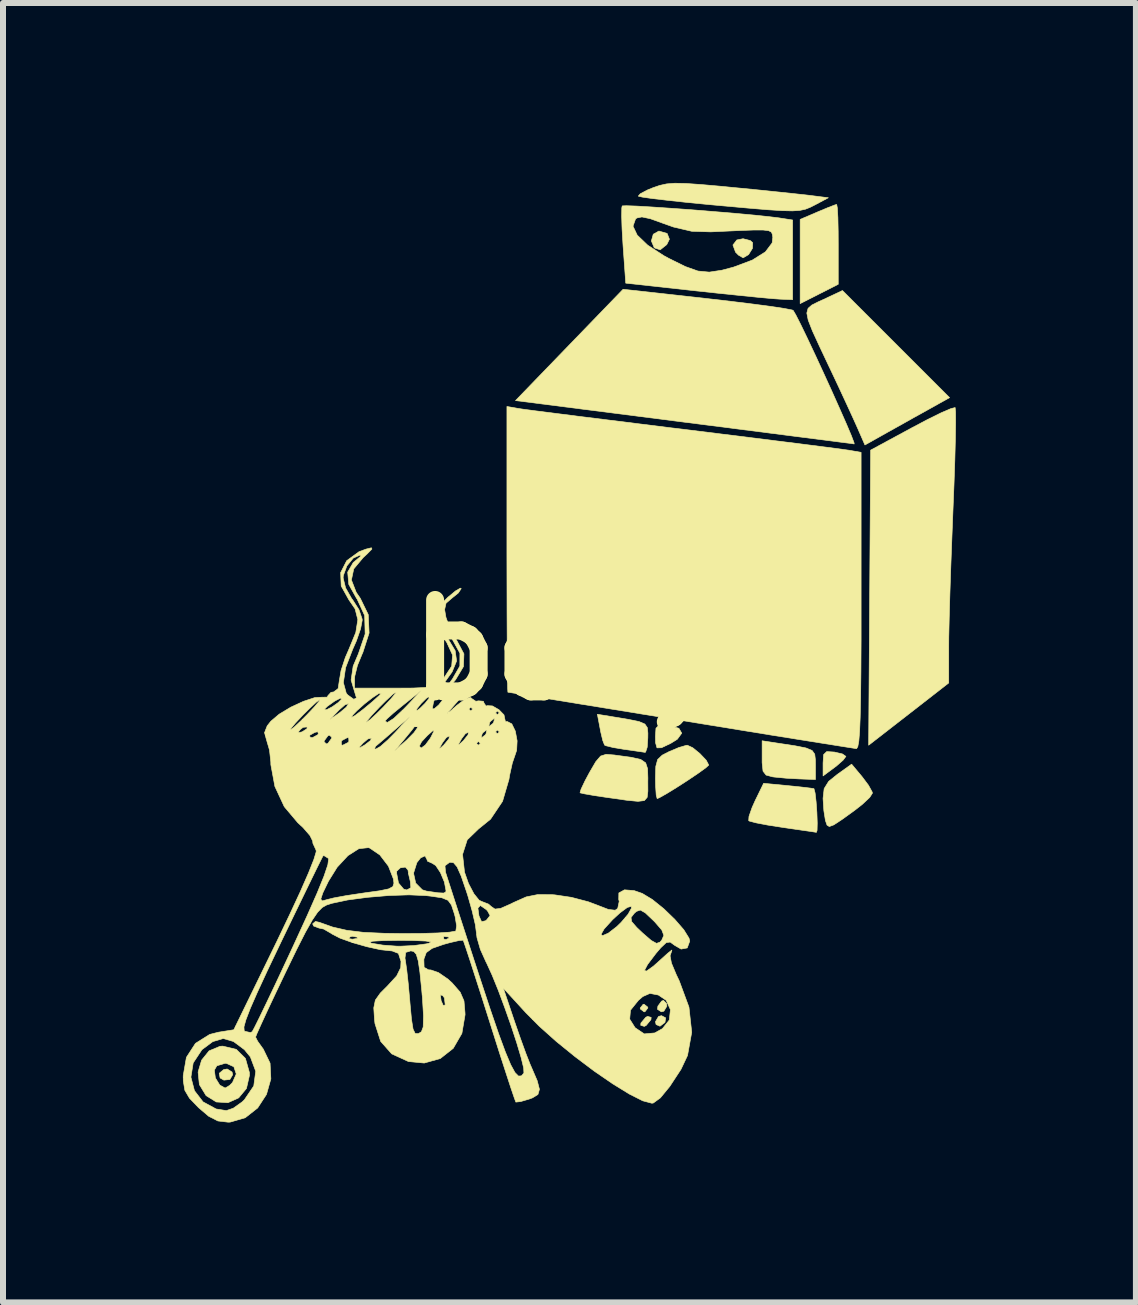
<source format=kicad_pcb>
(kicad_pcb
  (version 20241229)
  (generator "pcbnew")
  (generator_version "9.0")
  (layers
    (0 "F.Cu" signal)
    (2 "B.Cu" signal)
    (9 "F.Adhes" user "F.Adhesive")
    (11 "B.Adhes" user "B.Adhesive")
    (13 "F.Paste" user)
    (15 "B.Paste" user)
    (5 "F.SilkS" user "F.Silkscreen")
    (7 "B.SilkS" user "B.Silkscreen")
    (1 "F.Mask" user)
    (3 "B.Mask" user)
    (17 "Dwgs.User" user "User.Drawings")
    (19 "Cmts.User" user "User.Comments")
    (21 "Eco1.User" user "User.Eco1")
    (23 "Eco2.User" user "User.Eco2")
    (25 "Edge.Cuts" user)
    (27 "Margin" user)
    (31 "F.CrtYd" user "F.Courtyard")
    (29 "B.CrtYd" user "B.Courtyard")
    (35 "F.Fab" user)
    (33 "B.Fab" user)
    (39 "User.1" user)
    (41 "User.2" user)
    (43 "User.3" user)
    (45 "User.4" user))
  (footprint "boxy"
    (layer "F.Cu")
    (at 6.418 7.788)
    (property "Reference" "boxy" (at 0 0 0) (layer "F.SilkS") (effects (font (size 1.524 1.524) (thickness 0.3))))
    (attr through_hole)
    (fp_poly (pts (xy -2.095 0.794) (xy -2.127 0.826) (xy -2.159 0.794) (xy -2.127 0.762) (xy -2.095 0.794)) (stroke (width 0.01) (type solid)) (fill yes) (layer "F.SilkS"))
    (fp_poly (pts (xy 1.631 6.133) (xy 1.619 6.209) (xy 1.536 6.272) (xy 1.471 6.244) (xy 1.46 6.197) (xy 1.512 6.109) (xy 1.561 6.096) (xy 1.631 6.133)) (stroke (width 0.01) (type solid)) (fill yes) (layer "F.SilkS"))
    (fp_poly (pts (xy -5.599 7.036) (xy -5.588 7.08) (xy -5.635 7.16) (xy -5.735 7.171) (xy -5.798 7.135) (xy -5.813 7.057) (xy -5.74 6.996) (xy -5.68 6.985) (xy -5.599 7.036)) (stroke (width 0.01) (type solid)) (fill yes) (layer "F.SilkS"))
    (fp_poly (pts (xy 1.332 5.954) (xy 1.333 5.969) (xy 1.285 6.031) (xy 1.27 6.032) (xy 1.208 5.984) (xy 1.206 5.969) (xy 1.255 5.907) (xy 1.27 5.905) (xy 1.332 5.954)) (stroke (width 0.01) (type solid)) (fill yes) (layer "F.SilkS"))
    (fp_poly (pts (xy 1.389 6.125) (xy 1.385 6.163) (xy 1.305 6.26) (xy 1.274 6.275) (xy 1.215 6.257) (xy 1.218 6.219) (xy 1.299 6.123) (xy 1.33 6.108) (xy 1.389 6.125)) (stroke (width 0.01) (type solid)) (fill yes) (layer "F.SilkS"))
    (fp_poly (pts (xy 1.645 5.894) (xy 1.651 5.937) (xy 1.601 6.021) (xy 1.558 6.032) (xy 1.494 5.99) (xy 1.501 5.937) (xy 1.563 5.853) (xy 1.594 5.842) (xy 1.645 5.894)) (stroke (width 0.01) (type solid)) (fill yes) (layer "F.SilkS"))
    (fp_poly (pts (xy 1.655 -6.946) (xy 1.693 -6.85) (xy 1.649 -6.76) (xy 1.54 -6.673) (xy 1.445 -6.704) (xy 1.439 -6.71) (xy 1.392 -6.821) (xy 1.424 -6.933) (xy 1.517 -6.985) (xy 1.52 -6.985) (xy 1.655 -6.946)) (stroke (width 0.01) (type solid)) (fill yes) (layer "F.SilkS"))
    (fp_poly (pts (xy 3.042 -6.827) (xy 3.081 -6.792) (xy 3.078 -6.698) (xy 3.013 -6.593) (xy 2.925 -6.541) (xy 2.921 -6.54) (xy 2.845 -6.584) (xy 2.796 -6.633) (xy 2.752 -6.753) (xy 2.817 -6.837) (xy 2.921 -6.858) (xy 3.042 -6.827)) (stroke (width 0.01) (type solid)) (fill yes) (layer "F.SilkS"))
    (fp_poly (pts (xy 4.445 1.701) (xy 4.579 1.733) (xy 4.635 1.773) (xy 4.636 1.773) (xy 4.589 1.836) (xy 4.475 1.936) (xy 4.445 1.958) (xy 4.255 2.099) (xy 4.255 1.886) (xy 4.264 1.743) (xy 4.316 1.693) (xy 4.445 1.701)) (stroke (width 0.01) (type solid)) (fill yes) (layer "F.SilkS"))
    (fp_poly (pts (xy 1.655 1.255) (xy 1.683 1.258) (xy 1.851 1.305) (xy 1.899 1.386) (xy 1.825 1.487) (xy 1.718 1.554) (xy 1.561 1.629) (xy 1.486 1.631) (xy 1.462 1.546) (xy 1.46 1.442) (xy 1.469 1.303) (xy 1.521 1.251) (xy 1.655 1.255)) (stroke (width 0.01) (type solid)) (fill yes) (layer "F.SilkS"))
    (fp_poly (pts (xy 4.493 -7.37) (xy 4.502 -7.211) (xy 4.507 -6.976) (xy 4.508 -6.764) (xy 4.508 -6.098) (xy 4.191 -5.937) (xy 3.873 -5.776) (xy 3.873 -7.18) (xy 4.165 -7.305) (xy 4.337 -7.377) (xy 4.454 -7.422) (xy 4.482 -7.429) (xy 4.493 -7.37)) (stroke (width 0.01) (type solid)) (fill yes) (layer "F.SilkS"))
    (fp_poly (pts (xy 3.508 1.554) (xy 3.791 1.597) (xy 3.971 1.633) (xy 4.072 1.675) (xy 4.116 1.736) (xy 4.127 1.83) (xy 4.128 1.91) (xy 4.128 2.159) (xy 3.858 2.149) (xy 3.64 2.137) (xy 3.444 2.118) (xy 3.413 2.114) (xy 3.305 2.085) (xy 3.254 2.02) (xy 3.239 1.878) (xy 3.239 1.8) (xy 3.239 1.513) (xy 3.508 1.554)) (stroke (width 0.01) (type solid)) (fill yes) (layer "F.SilkS"))
    (fp_poly (pts (xy 0.738 1.111) (xy 1.014 1.157) (xy 1.188 1.193) (xy 1.284 1.234) (xy 1.325 1.294) (xy 1.334 1.385) (xy 1.333 1.466) (xy 1.323 1.62) (xy 1.296 1.702) (xy 1.286 1.706) (xy 1.199 1.693) (xy 1.034 1.669) (xy 0.939 1.656) (xy 0.758 1.626) (xy 0.636 1.596) (xy 0.612 1.585) (xy 0.582 1.509) (xy 0.546 1.358) (xy 0.538 1.313) (xy 0.492 1.071) (xy 0.738 1.111)) (stroke (width 0.01) (type solid)) (fill yes) (layer "F.SilkS"))
    (fp_poly (pts (xy 4.904 2.11) (xy 5.012 2.254) (xy 5.073 2.365) (xy 5.078 2.386) (xy 5.032 2.458) (xy 4.909 2.573) (xy 4.783 2.672) (xy 4.568 2.827) (xy 4.434 2.915) (xy 4.359 2.943) (xy 4.321 2.919) (xy 4.297 2.85) (xy 4.294 2.841) (xy 4.268 2.678) (xy 4.255 2.479) (xy 4.255 2.471) (xy 4.273 2.311) (xy 4.348 2.19) (xy 4.493 2.073) (xy 4.731 1.903) (xy 4.904 2.11)) (stroke (width 0.01) (type solid)) (fill yes) (layer "F.SilkS"))
    (fp_poly (pts (xy 2.082 1.629) (xy 2.202 1.727) (xy 2.307 1.838) (xy 2.349 1.918) (xy 2.3 1.963) (xy 2.174 2.054) (xy 2.002 2.17) (xy 1.816 2.29) (xy 1.647 2.394) (xy 1.526 2.462) (xy 1.489 2.477) (xy 1.473 2.419) (xy 1.463 2.272) (xy 1.46 2.139) (xy 1.466 1.94) (xy 1.497 1.825) (xy 1.574 1.752) (xy 1.685 1.695) (xy 1.851 1.625) (xy 1.975 1.589) (xy 1.991 1.587) (xy 2.082 1.629)) (stroke (width 0.01) (type solid)) (fill yes) (layer "F.SilkS"))
    (fp_poly (pts (xy 6.364 -4.208) (xy 6.024 -4.018) (xy 5.77 -3.877) (xy 5.485 -3.717) (xy 5.318 -3.624) (xy 4.953 -3.419) (xy 4.833 -3.694) (xy 4.759 -3.859) (xy 4.646 -4.105) (xy 4.509 -4.4) (xy 4.363 -4.71) (xy 4.362 -4.711) (xy 4.195 -5.065) (xy 4.077 -5.322) (xy 4.007 -5.501) (xy 3.984 -5.619) (xy 4.005 -5.697) (xy 4.069 -5.753) (xy 4.175 -5.806) (xy 4.257 -5.843) (xy 4.578 -5.994) (xy 6.364 -4.208)) (stroke (width 0.01) (type solid)) (fill yes) (layer "F.SilkS"))
    (fp_poly (pts (xy 3.68 2.262) (xy 3.892 2.284) (xy 4.044 2.302) (xy 4.103 2.311) (xy 4.122 2.383) (xy 4.139 2.531) (xy 4.152 2.712) (xy 4.158 2.885) (xy 4.155 3.007) (xy 4.144 3.04) (xy 4.063 3.027) (xy 3.888 3.002) (xy 3.654 2.968) (xy 3.573 2.956) (xy 3.329 2.918) (xy 3.136 2.881) (xy 3.027 2.852) (xy 3.015 2.845) (xy 3.02 2.773) (xy 3.071 2.627) (xy 3.121 2.515) (xy 3.264 2.222) (xy 3.68 2.262)) (stroke (width 0.01) (type solid)) (fill yes) (layer "F.SilkS"))
    (fp_poly (pts (xy 6.457 -4.042) (xy 6.464 -3.971) (xy 6.465 -3.791) (xy 6.461 -3.518) (xy 6.452 -3.169) (xy 6.438 -2.761) (xy 6.421 -2.336) (xy 6.402 -1.849) (xy 6.384 -1.367) (xy 6.369 -0.917) (xy 6.358 -0.525) (xy 6.351 -0.215) (xy 6.35 -0.059) (xy 6.35 0.549) (xy 5.683 1.068) (xy 5.015 1.587) (xy 5.032 -0.873) (xy 5.048 -3.333) (xy 5.735 -3.705) (xy 6 -3.845) (xy 6.223 -3.955) (xy 6.383 -4.024) (xy 6.456 -4.043) (xy 6.457 -4.042)) (stroke (width 0.01) (type solid)) (fill yes) (layer "F.SilkS"))
    (fp_poly (pts (xy 0.776 1.75) (xy 0.794 1.753) (xy 1.054 1.788) (xy 1.214 1.824) (xy 1.297 1.881) (xy 1.329 1.978) (xy 1.334 2.136) (xy 1.333 2.192) (xy 1.334 2.353) (xy 1.322 2.457) (xy 1.275 2.51) (xy 1.169 2.523) (xy 0.984 2.505) (xy 0.697 2.464) (xy 0.667 2.46) (xy 0.445 2.427) (xy 0.279 2.398) (xy 0.204 2.381) (xy 0.203 2.38) (xy 0.22 2.32) (xy 0.285 2.183) (xy 0.361 2.041) (xy 0.466 1.861) (xy 0.546 1.768) (xy 0.637 1.739) (xy 0.776 1.75)) (stroke (width 0.01) (type solid)) (fill yes) (layer "F.SilkS"))
    (fp_poly (pts (xy -5.528 6.658) (xy -5.376 6.809) (xy -5.31 7.043) (xy -5.309 7.092) (xy -5.359 7.31) (xy -5.489 7.467) (xy -5.667 7.547) (xy -5.862 7.535) (xy -6.032 7.429) (xy -6.144 7.245) (xy -6.165 7.037) (xy -6.156 7.004) (xy -5.894 7.004) (xy -5.877 7.134) (xy -5.804 7.253) (xy -5.715 7.303) (xy -5.639 7.259) (xy -5.591 7.21) (xy -5.529 7.068) (xy -5.569 6.948) (xy -5.694 6.891) (xy -5.715 6.89) (xy -5.853 6.932) (xy -5.894 7.004) (xy -6.156 7.004) (xy -6.107 6.838) (xy -5.982 6.683) (xy -5.8 6.607) (xy -5.753 6.604) (xy -5.528 6.658)) (stroke (width 0.01) (type solid)) (fill yes) (layer "F.SilkS"))
    (fp_poly (pts (xy 2.318 -5.86) (xy 2.726 -5.813) (xy 3.09 -5.768) (xy 3.393 -5.728) (xy 3.615 -5.694) (xy 3.738 -5.67) (xy 3.756 -5.663) (xy 3.8 -5.589) (xy 3.883 -5.426) (xy 3.994 -5.196) (xy 4.125 -4.918) (xy 4.265 -4.615) (xy 4.405 -4.308) (xy 4.535 -4.017) (xy 4.646 -3.765) (xy 4.728 -3.571) (xy 4.771 -3.457) (xy 4.774 -3.436) (xy 4.704 -3.446) (xy 4.521 -3.469) (xy 4.237 -3.506) (xy 3.867 -3.553) (xy 3.422 -3.61) (xy 2.916 -3.675) (xy 2.361 -3.746) (xy 1.929 -3.801) (xy -0.873 -4.159) (xy 0.024 -5.087) (xy 0.921 -6.015) (xy 2.318 -5.86)) (stroke (width 0.01) (type solid)) (fill yes) (layer "F.SilkS"))
    (fp_poly (pts (xy 1.97 -7.779) (xy 2.226 -7.761) (xy 2.577 -7.73) (xy 2.706 -7.717) (xy 3.079 -7.681) (xy 3.432 -7.645) (xy 3.736 -7.613) (xy 3.96 -7.589) (xy 4.029 -7.581) (xy 4.343 -7.541) (xy 4.124 -7.424) (xy 4.041 -7.382) (xy 3.961 -7.35) (xy 3.868 -7.33) (xy 3.744 -7.322) (xy 3.572 -7.326) (xy 3.333 -7.341) (xy 3.01 -7.368) (xy 2.586 -7.406) (xy 2.366 -7.426) (xy 1.996 -7.462) (xy 1.672 -7.497) (xy 1.413 -7.527) (xy 1.24 -7.552) (xy 1.174 -7.568) (xy 1.207 -7.607) (xy 1.328 -7.671) (xy 1.419 -7.708) (xy 1.533 -7.747) (xy 1.647 -7.772) (xy 1.785 -7.783) (xy 1.97 -7.779)) (stroke (width 0.01) (type solid)) (fill yes) (layer "F.SilkS"))
    (fp_poly (pts (xy -0.841 -4.03) (xy -0.742 -4.015) (xy -0.53 -3.987) (xy -0.222 -3.948) (xy 0.17 -3.898) (xy 0.629 -3.841) (xy 1.143 -3.777) (xy 1.696 -3.708) (xy 1.905 -3.683) (xy 2.47 -3.613) (xy 3.003 -3.547) (xy 3.488 -3.486) (xy 3.911 -3.433) (xy 4.256 -3.389) (xy 4.511 -3.356) (xy 4.659 -3.335) (xy 4.683 -3.332) (xy 4.889 -3.296) (xy 4.889 -0.823) (xy 4.889 -0.171) (xy 4.886 0.363) (xy 4.881 0.79) (xy 4.874 1.118) (xy 4.864 1.358) (xy 4.851 1.519) (xy 4.834 1.611) (xy 4.814 1.643) (xy 4.81 1.644) (xy 4.733 1.632) (xy 4.543 1.602) (xy 4.254 1.556) (xy 3.878 1.496) (xy 3.428 1.424) (xy 2.918 1.341) (xy 2.359 1.25) (xy 1.873 1.171) (xy 1.288 1.076) (xy 0.742 0.987) (xy 0.248 0.907) (xy -0.181 0.837) (xy -0.533 0.779) (xy -0.795 0.736) (xy -0.954 0.71) (xy -1 0.703) (xy -1.004 0.64) (xy -1.007 0.465) (xy -1.01 0.191) (xy -1.012 -0.169) (xy -1.014 -0.6) (xy -1.015 -1.088) (xy -1.016 -1.62) (xy -1.016 -1.681) (xy -1.016 -4.061) (xy -0.841 -4.03)) (stroke (width 0.01) (type solid)) (fill yes) (layer "F.SilkS"))
    (fp_poly (pts (xy 1.147 -7.402) (xy 1.4 -7.387) (xy 1.712 -7.366) (xy 2.058 -7.341) (xy 2.417 -7.312) (xy 2.766 -7.283) (xy 3.082 -7.254) (xy 3.342 -7.227) (xy 3.524 -7.205) (xy 3.54 -7.202) (xy 3.747 -7.17) (xy 3.747 -5.842) (xy 3.54 -5.85) (xy 3.412 -5.859) (xy 3.182 -5.88) (xy 2.875 -5.911) (xy 2.514 -5.948) (xy 2.149 -5.987) (xy 0.965 -6.117) (xy 0.92 -6.745) (xy 0.904 -7.014) (xy 0.902 -7.067) (xy 1.086 -7.067) (xy 1.156 -6.918) (xy 1.33 -6.751) (xy 1.6 -6.575) (xy 1.683 -6.53) (xy 1.958 -6.394) (xy 2.169 -6.319) (xy 2.358 -6.301) (xy 2.569 -6.333) (xy 2.764 -6.385) (xy 3.076 -6.502) (xy 3.294 -6.639) (xy 3.406 -6.788) (xy 3.417 -6.881) (xy 3.409 -6.933) (xy 3.392 -6.969) (xy 3.347 -6.992) (xy 3.255 -7.003) (xy 3.098 -7.003) (xy 2.856 -6.994) (xy 2.512 -6.978) (xy 2.381 -6.972) (xy 2.065 -6.982) (xy 1.761 -7.053) (xy 1.603 -7.109) (xy 1.376 -7.191) (xy 1.235 -7.221) (xy 1.151 -7.204) (xy 1.128 -7.186) (xy 1.086 -7.067) (xy 0.902 -7.067) (xy 0.897 -7.232) (xy 0.899 -7.371) (xy 0.906 -7.405) (xy 0.975 -7.408) (xy 1.147 -7.402)) (stroke (width 0.01) (type solid)) (fill yes) (layer "F.SilkS"))
    (fp_poly (pts (xy -3.267 -1.684) (xy -3.346 -1.603) (xy -3.413 -1.541) (xy -3.57 -1.353) (xy -3.609 -1.168) (xy -3.529 -0.962) (xy -3.461 -0.863) (xy -3.328 -0.59) (xy -3.314 -0.284) (xy -3.42 0.046) (xy -3.429 0.063) (xy -3.509 0.258) (xy -3.553 0.435) (xy -3.556 0.474) (xy -3.556 0.635) (xy -2.886 0.635) (xy -2.586 0.634) (xy -2.386 0.625) (xy -2.256 0.604) (xy -2.169 0.564) (xy -2.097 0.499) (xy -2.063 0.46) (xy -1.937 0.268) (xy -1.923 0.082) (xy -2.02 -0.128) (xy -2.064 -0.191) (xy -2.19 -0.411) (xy -2.204 -0.596) (xy -2.103 -0.777) (xy -2 -0.88) (xy -1.872 -0.986) (xy -1.792 -1.032) (xy -1.778 -1.025) (xy -1.826 -0.952) (xy -1.931 -0.867) (xy -2.031 -0.781) (xy -2.055 -0.674) (xy -2.033 -0.546) (xy -1.958 -0.337) (xy -1.849 -0.154) (xy -1.733 0.064) (xy -1.741 0.276) (xy -1.873 0.496) (xy -2.031 0.684) (xy -1.891 0.721) (xy -1.751 0.757) (xy -1.907 0.934) (xy -1.996 1.037) (xy -2.008 1.058) (xy -1.995 1.048) (xy -1.206 1.048) (xy -1.175 1.079) (xy -1.143 1.048) (xy -1.175 1.016) (xy -1.206 1.048) (xy -1.995 1.048) (xy -1.936 0.998) (xy -1.921 0.984) (xy -1.651 0.984) (xy -1.619 1.016) (xy -1.587 0.984) (xy -1.619 0.953) (xy -1.651 0.984) (xy -1.921 0.984) (xy -1.849 0.921) (xy -1.702 0.81) (xy -1.619 0.791) (xy -1.607 0.806) (xy -1.535 0.854) (xy -1.488 0.847) (xy -1.409 0.854) (xy -1.397 0.886) (xy -1.364 0.934) (xy -1.344 0.927) (xy -1.258 0.932) (xy -1.149 0.995) (xy -1.065 1.081) (xy -1.051 1.149) (xy -1.041 1.194) (xy -1.01 1.192) (xy -0.935 1.231) (xy -0.876 1.352) (xy -0.846 1.514) (xy -0.854 1.672) (xy -0.874 1.732) (xy -0.926 1.884) (xy -0.972 2.091) (xy -0.982 2.156) (xy -1.089 2.522) (xy -1.289 2.82) (xy -1.49 2.983) (xy -1.678 3.165) (xy -1.756 3.407) (xy -1.723 3.704) (xy -1.657 3.892) (xy -1.567 4.063) (xy -1.48 4.171) (xy -1.439 4.191) (xy -1.323 4.236) (xy -1.277 4.277) (xy -1.215 4.319) (xy -1.119 4.307) (xy -0.954 4.234) (xy -0.904 4.209) (xy -0.695 4.116) (xy -0.502 4.077) (xy -0.259 4.079) (xy -0.218 4.082) (xy 0.058 4.123) (xy 0.34 4.197) (xy 0.476 4.248) (xy 0.675 4.325) (xy 0.789 4.338) (xy 0.831 4.309) (xy 0.856 4.191) (xy 0.848 4.159) (xy 0.85 4.05) (xy 0.944 3.998) (xy 1.105 4.011) (xy 1.24 4.058) (xy 1.409 4.16) (xy 1.6 4.314) (xy 1.783 4.491) (xy 1.933 4.664) (xy 2.02 4.804) (xy 2.032 4.853) (xy 1.99 4.967) (xy 1.888 4.986) (xy 1.781 4.924) (xy 1.706 4.869) (xy 1.64 4.878) (xy 1.549 4.964) (xy 1.468 5.059) (xy 1.329 5.243) (xy 1.277 5.342) (xy 1.311 5.353) (xy 1.426 5.271) (xy 1.537 5.172) (xy 1.665 5.056) (xy 1.734 5.002) (xy 1.731 5.018) (xy 1.704 5.098) (xy 1.727 5.22) (xy 1.807 5.411) (xy 1.857 5.516) (xy 2.019 5.954) (xy 2.065 6.373) (xy 1.995 6.76) (xy 1.886 6.991) (xy 1.699 7.276) (xy 1.542 7.467) (xy 1.424 7.553) (xy 1.4 7.556) (xy 1.249 7.516) (xy 1.025 7.403) (xy 0.749 7.233) (xy 0.44 7.021) (xy 0.12 6.78) (xy -0.193 6.526) (xy -0.476 6.273) (xy -0.594 6.154) (xy 1.031 6.154) (xy 1.121 6.297) (xy 1.274 6.4) (xy 1.449 6.384) (xy 1.577 6.312) (xy 1.691 6.169) (xy 1.71 5.996) (xy 1.639 5.84) (xy 1.509 5.752) (xy 1.368 5.725) (xy 1.25 5.777) (xy 1.176 5.841) (xy 1.044 6.005) (xy 1.031 6.154) (xy -0.594 6.154) (xy -0.698 6.05) (xy -1.077 5.636) (xy -0.887 6.2) (xy -0.792 6.473) (xy -0.702 6.721) (xy -0.63 6.905) (xy -0.609 6.953) (xy -0.511 7.181) (xy -0.474 7.324) (xy -0.499 7.41) (xy -0.589 7.466) (xy -0.643 7.486) (xy -0.786 7.528) (xy -0.865 7.537) (xy -0.868 7.536) (xy -0.892 7.471) (xy -0.949 7.304) (xy -1.032 7.05) (xy -1.136 6.729) (xy -1.254 6.357) (xy -1.308 6.186) (xy -1.431 5.798) (xy -1.542 5.453) (xy -1.634 5.168) (xy -1.702 4.962) (xy -1.74 4.852) (xy -1.746 4.838) (xy -1.812 4.843) (xy -1.96 4.877) (xy -2.073 4.908) (xy -2.263 4.974) (xy -2.361 5.045) (xy -2.399 5.148) (xy -2.401 5.166) (xy -2.397 5.29) (xy -2.323 5.332) (xy -2.284 5.334) (xy -2.159 5.377) (xy -2 5.486) (xy -1.93 5.55) (xy -1.795 5.705) (xy -1.732 5.85) (xy -1.715 6.05) (xy -1.714 6.081) (xy -1.767 6.392) (xy -1.911 6.641) (xy -2.127 6.811) (xy -2.395 6.886) (xy -2.658 6.861) (xy -2.937 6.733) (xy -3.121 6.525) (xy -3.216 6.229) (xy -3.224 6.16) (xy -3.236 5.966) (xy -3.21 5.837) (xy -3.127 5.72) (xy -3.009 5.602) (xy -2.854 5.433) (xy -2.787 5.296) (xy -2.782 5.191) (xy -2.8 5.136) (xy -2.716 5.136) (xy -2.707 5.191) (xy -2.686 5.337) (xy -2.661 5.565) (xy -2.637 5.831) (xy -2.632 5.89) (xy -2.607 6.159) (xy -2.581 6.321) (xy -2.546 6.393) (xy -2.494 6.396) (xy -2.442 6.365) (xy -2.412 6.285) (xy -2.407 6.098) (xy -2.425 5.797) (xy -2.43 5.747) (xy -2.126 5.747) (xy -2.114 5.84) (xy -2.113 5.847) (xy -2.075 5.932) (xy -2.045 5.914) (xy -2.059 5.799) (xy -2.085 5.764) (xy -2.126 5.747) (xy -2.43 5.747) (xy -2.437 5.667) (xy -2.467 5.372) (xy -2.495 5.182) (xy -2.527 5.074) (xy -2.569 5.026) (xy -2.619 5.016) (xy -2.703 5.041) (xy -2.716 5.136) (xy -2.8 5.136) (xy -2.825 5.058) (xy -2.93 5.017) (xy -2.944 5.016) (xy -3.122 4.997) (xy -3.353 4.946) (xy -3.594 4.877) (xy -3.605 4.873) (xy -3.309 4.873) (xy -3.27 4.889) (xy -3.083 4.92) (xy -2.853 4.937) (xy -2.794 4.938) (xy -2.568 4.927) (xy -2.36 4.899) (xy -2.318 4.889) (xy -2.281 4.867) (xy -2.368 4.852) (xy -2.575 4.843) (xy -2.794 4.841) (xy -3.084 4.845) (xy -3.257 4.855) (xy -3.309 4.873) (xy -3.605 4.873) (xy -3.778 4.811) (xy -3.655 4.811) (xy -3.593 4.821) (xy -3.511 4.809) (xy -3.51 4.788) (xy -3.532 4.784) (xy -2.074 4.784) (xy -2.066 4.821) (xy -2.032 4.826) (xy -1.98 4.803) (xy -1.99 4.784) (xy -2.065 4.776) (xy -2.074 4.784) (xy -3.532 4.784) (xy -3.595 4.772) (xy -3.631 4.783) (xy -3.655 4.811) (xy -3.778 4.811) (xy -3.802 4.802) (xy -3.933 4.734) (xy -3.94 4.728) (xy -4.071 4.652) (xy -4.148 4.636) (xy -4.24 4.601) (xy -4.255 4.565) (xy -4.208 4.525) (xy -4.143 4.54) (xy -3.921 4.619) (xy -3.686 4.673) (xy -3.408 4.707) (xy -3.056 4.723) (xy -2.752 4.727) (xy -2.437 4.725) (xy -2.169 4.717) (xy -1.973 4.704) (xy -1.874 4.687) (xy -1.868 4.684) (xy -1.855 4.598) (xy -1.88 4.444) (xy -1.896 4.387) (xy -1.941 4.251) (xy -1.998 4.173) (xy -2.1 4.131) (xy -2.282 4.104) (xy -2.371 4.094) (xy -2.648 4.082) (xy -2.985 4.093) (xy -3.34 4.123) (xy -3.671 4.167) (xy -3.935 4.223) (xy -4.022 4.251) (xy -4.095 4.292) (xy -4.172 4.371) (xy -4.261 4.502) (xy -4.374 4.702) (xy -4.519 4.987) (xy -4.704 5.368) (xy -4.864 5.703) (xy -5.003 5.998) (xy -5.112 6.234) (xy -5.183 6.392) (xy -5.207 6.453) (xy -5.172 6.523) (xy -5.086 6.643) (xy -5.08 6.65) (xy -4.965 6.888) (xy -4.952 7.151) (xy -5.025 7.409) (xy -5.172 7.635) (xy -5.379 7.798) (xy -5.631 7.871) (xy -5.665 7.872) (xy -5.835 7.852) (xy -5.989 7.773) (xy -6.157 7.63) (xy -6.309 7.472) (xy -6.386 7.341) (xy -6.412 7.184) (xy -6.413 7.121) (xy -6.285 7.121) (xy -6.226 7.347) (xy -6.083 7.533) (xy -5.864 7.652) (xy -5.694 7.679) (xy -5.578 7.639) (xy -5.432 7.535) (xy -5.393 7.498) (xy -5.237 7.268) (xy -5.204 7.023) (xy -5.294 6.783) (xy -5.393 6.663) (xy -5.575 6.527) (xy -5.747 6.477) (xy -5.921 6.529) (xy -6.101 6.663) (xy -6.247 6.884) (xy -6.285 7.121) (xy -6.413 7.121) (xy -6.413 7.095) (xy -6.36 6.791) (xy -6.209 6.558) (xy -5.972 6.409) (xy -5.827 6.372) (xy -5.569 6.331) (xy -5.547 6.284) (xy -5.401 6.284) (xy -5.397 6.346) (xy -5.388 6.356) (xy -5.292 6.378) (xy -5.263 6.363) (xy -5.226 6.295) (xy -5.143 6.128) (xy -5.023 5.879) (xy -4.873 5.564) (xy -4.702 5.199) (xy -4.576 4.929) (xy -4.35 4.436) (xy -4.225 4.153) (xy -4.12 4.153) (xy -4.094 4.183) (xy -4.016 4.161) (xy -3.903 4.133) (xy -3.703 4.096) (xy -3.453 4.058) (xy -3.392 4.049) (xy -3.14 4.014) (xy -2.99 3.983) (xy -2.918 3.945) (xy -2.9 3.888) (xy -2.909 3.816) (xy -2.95 3.71) (xy -2.857 3.71) (xy -2.824 3.884) (xy -2.737 3.987) (xy -2.685 4) (xy -2.618 3.963) (xy -2.627 3.858) (xy -2.658 3.726) (xy -2.658 3.721) (xy -2.573 3.721) (xy -2.537 3.886) (xy -2.426 3.998) (xy -2.359 4.019) (xy -2.167 4.047) (xy -2.07 4.052) (xy -2.036 4.034) (xy -2.032 4.01) (xy -2.059 3.867) (xy -2.124 3.712) (xy -2.2 3.597) (xy -2.049 3.597) (xy -2.04 3.704) (xy -2.009 3.8) (xy -1.945 3.998) (xy -1.853 4.283) (xy -1.738 4.637) (xy -1.606 5.042) (xy -1.464 5.477) (xy -1.293 5.994) (xy -1.154 6.399) (xy -1.042 6.702) (xy -0.953 6.914) (xy -0.882 7.044) (xy -0.824 7.103) (xy -0.774 7.1) (xy -0.733 7.052) (xy -0.737 6.969) (xy -0.78 6.793) (xy -0.852 6.551) (xy -0.945 6.267) (xy -1.051 5.967) (xy -1.159 5.676) (xy -1.263 5.42) (xy -1.352 5.225) (xy -1.366 5.198) (xy -1.459 4.991) (xy -1.515 4.797) (xy -1.522 4.741) (xy 0.553 4.741) (xy 0.576 4.763) (xy 0.675 4.72) (xy 0.816 4.611) (xy 0.888 4.541) (xy 0.957 4.46) (xy 1.053 4.46) (xy 1.063 4.527) (xy 1.149 4.626) (xy 1.245 4.717) (xy 1.391 4.843) (xy 1.478 4.891) (xy 1.536 4.87) (xy 1.566 4.835) (xy 1.6 4.757) (xy 1.566 4.668) (xy 1.451 4.535) (xy 1.426 4.51) (xy 1.291 4.382) (xy 1.208 4.335) (xy 1.143 4.358) (xy 1.105 4.392) (xy 1.053 4.46) (xy 0.957 4.46) (xy 1.004 4.405) (xy 1.06 4.304) (xy 1.057 4.274) (xy 0.992 4.291) (xy 0.87 4.381) (xy 0.745 4.496) (xy 0.605 4.65) (xy 0.553 4.741) (xy -1.522 4.741) (xy -1.524 4.722) (xy -1.543 4.578) (xy -1.595 4.355) (xy -1.609 4.303) (xy -1.5 4.303) (xy -1.482 4.433) (xy -1.439 4.529) (xy -1.372 4.514) (xy -1.354 4.499) (xy -1.297 4.427) (xy -1.34 4.349) (xy -1.361 4.327) (xy -1.459 4.259) (xy -1.5 4.303) (xy -1.609 4.303) (xy -1.668 4.096) (xy -1.691 4.025) (xy -1.779 3.768) (xy -1.847 3.615) (xy -1.907 3.545) (xy -1.97 3.538) (xy -1.97 3.538) (xy -2.049 3.597) (xy -2.2 3.597) (xy -2.203 3.593) (xy -2.26 3.556) (xy -2.341 3.52) (xy -2.349 3.493) (xy -2.381 3.432) (xy -2.455 3.465) (xy -2.518 3.545) (xy -2.573 3.721) (xy -2.658 3.721) (xy -2.666 3.667) (xy -2.709 3.619) (xy -2.793 3.631) (xy -2.853 3.687) (xy -2.857 3.71) (xy -2.95 3.71) (xy -2.992 3.603) (xy -3.135 3.416) (xy -3.303 3.302) (xy -3.326 3.295) (xy -3.485 3.312) (xy -3.667 3.428) (xy -3.847 3.622) (xy -3.992 3.855) (xy -4.086 4.05) (xy -4.12 4.153) (xy -4.225 4.153) (xy -4.18 4.051) (xy -4.065 3.768) (xy -4.002 3.581) (xy -3.989 3.485) (xy -3.995 3.472) (xy -4.066 3.428) (xy -4.083 3.433) (xy -4.115 3.496) (xy -4.195 3.657) (xy -4.314 3.901) (xy -4.465 4.212) (xy -4.641 4.575) (xy -4.789 4.882) (xy -5.01 5.345) (xy -5.177 5.706) (xy -5.295 5.975) (xy -5.368 6.165) (xy -5.401 6.284) (xy -5.547 6.284) (xy -4.855 4.864) (xy -4.64 4.414) (xy -4.461 4.029) (xy -4.325 3.718) (xy -4.235 3.492) (xy -4.196 3.363) (xy -4.198 3.337) (xy -4.251 3.222) (xy -4.255 3.184) (xy -4.3 3.093) (xy -4.415 2.96) (xy -4.502 2.88) (xy -4.728 2.612) (xy -4.885 2.274) (xy -4.952 1.913) (xy -4.953 1.865) (xy -4.973 1.683) (xy -2.889 1.683) (xy -2.839 1.638) (xy -2.143 1.638) (xy -2.123 1.633) (xy -2.06 1.575) (xy -1.826 1.575) (xy -1.805 1.57) (xy -1.791 1.556) (xy -1.524 1.556) (xy -1.492 1.587) (xy -1.46 1.556) (xy -1.492 1.524) (xy -1.524 1.556) (xy -1.791 1.556) (xy -1.741 1.51) (xy -1.698 1.456) (xy -1.445 1.456) (xy -1.436 1.46) (xy -1.378 1.416) (xy -1.365 1.397) (xy -1.357 1.365) (xy -1.206 1.365) (xy -1.175 1.397) (xy -1.143 1.365) (xy -1.175 1.333) (xy -1.206 1.365) (xy -1.357 1.365) (xy -1.349 1.338) (xy -1.358 1.333) (xy -1.416 1.378) (xy -1.429 1.397) (xy -1.445 1.456) (xy -1.698 1.456) (xy -1.666 1.417) (xy -1.657 1.37) (xy -1.707 1.393) (xy -1.772 1.479) (xy -1.826 1.575) (xy -2.06 1.575) (xy -2.059 1.573) (xy -1.983 1.48) (xy -1.975 1.433) (xy -2.025 1.457) (xy -2.089 1.543) (xy -2.143 1.638) (xy -2.839 1.638) (xy -2.799 1.601) (xy -2.477 1.601) (xy -2.447 1.635) (xy -2.377 1.584) (xy -2.294 1.472) (xy -2.277 1.441) (xy -2.231 1.347) (xy -2.251 1.345) (xy -2.34 1.423) (xy -2.439 1.529) (xy -2.477 1.601) (xy -2.799 1.601) (xy -2.683 1.497) (xy -2.566 1.378) (xy -2.508 1.296) (xy -2.509 1.28) (xy -2.556 1.275) (xy -2.603 1.337) (xy -2.7 1.456) (xy -2.73 1.492) (xy -2.889 1.683) (xy -4.973 1.683) (xy -4.975 1.665) (xy -4.981 1.647) (xy -3.225 1.647) (xy -3.201 1.651) (xy -3.126 1.608) (xy -2.999 1.496) (xy -2.886 1.381) (xy -2.779 1.266) (xy -1.318 1.266) (xy -1.309 1.27) (xy -1.251 1.225) (xy -1.238 1.206) (xy -1.222 1.147) (xy -1.231 1.143) (xy -1.289 1.188) (xy -1.302 1.206) (xy -1.318 1.266) (xy -2.779 1.266) (xy -2.635 1.111) (xy -2.889 1.333) (xy -3.044 1.468) (xy -3.164 1.57) (xy -3.204 1.603) (xy -3.225 1.647) (xy -4.981 1.647) (xy -4.986 1.629) (xy -3.486 1.629) (xy -3.463 1.627) (xy -3.384 1.581) (xy -3.291 1.509) (xy -3.275 1.467) (xy -3.335 1.483) (xy -3.415 1.551) (xy -3.486 1.629) (xy -4.986 1.629) (xy -5.015 1.531) (xy -4.064 1.531) (xy -4.025 1.566) (xy -4 1.556) (xy -3.977 1.524) (xy -3.778 1.524) (xy -3.775 1.583) (xy -3.754 1.587) (xy -3.664 1.541) (xy -3.651 1.524) (xy -3.654 1.465) (xy -3.676 1.46) (xy -3.765 1.507) (xy -3.778 1.524) (xy -3.977 1.524) (xy -3.939 1.472) (xy -3.937 1.453) (xy -3.976 1.419) (xy -4 1.429) (xy -4.062 1.513) (xy -4.064 1.531) (xy -5.015 1.531) (xy -5.023 1.503) (xy -5.045 1.424) (xy -4.309 1.424) (xy -4.294 1.457) (xy -4.258 1.46) (xy -4.172 1.414) (xy -4.16 1.398) (xy -4.17 1.362) (xy -4.219 1.373) (xy -4.309 1.424) (xy -5.045 1.424) (xy -5.057 1.379) (xy -4.502 1.379) (xy -4.438 1.366) (xy -4.426 1.361) (xy -4.349 1.311) (xy -4.348 1.282) (xy -4.415 1.289) (xy -4.462 1.326) (xy -4.502 1.379) (xy -5.057 1.379) (xy -5.057 1.377) (xy -5.04 1.333) (xy -4.63 1.333) (xy -4.571 1.292) (xy -4.479 1.206) (xy -3.36 1.206) (xy -3.326 1.182) (xy -3.048 1.182) (xy -3.011 1.209) (xy -2.904 1.141) (xy -2.771 1.016) (xy -2.528 1.016) (xy -2.476 0.981) (xy -2.261 0.981) (xy -2.227 0.979) (xy -2.153 0.915) (xy -2.068 0.808) (xy -2.053 0.735) (xy -2.031 0.646) (xy -1.948 0.513) (xy -1.927 0.487) (xy -1.801 0.267) (xy -1.8 0.053) (xy -1.914 -0.156) (xy -2.027 -0.342) (xy -2.098 -0.53) (xy -2.131 -0.654) (xy -2.146 -0.661) (xy -2.153 -0.568) (xy -2.12 -0.414) (xy -2.03 -0.233) (xy -2 -0.191) (xy -1.879 0.011) (xy -1.855 0.182) (xy -1.93 0.364) (xy -2.024 0.496) (xy -2.144 0.671) (xy -2.227 0.833) (xy -2.242 0.879) (xy -2.261 0.981) (xy -2.476 0.981) (xy -2.467 0.974) (xy -2.381 0.889) (xy -2.308 0.797) (xy -2.298 0.762) (xy -2.359 0.804) (xy -2.445 0.889) (xy -2.518 0.981) (xy -2.528 1.016) (xy -2.771 1.016) (xy -2.738 0.985) (xy -2.696 0.942) (xy -2.445 0.677) (xy -2.746 0.918) (xy -2.905 1.048) (xy -3.014 1.145) (xy -3.048 1.182) (xy -3.326 1.182) (xy -3.301 1.165) (xy -3.185 1.057) (xy -3.08 0.953) (xy -2.951 0.815) (xy -2.874 0.723) (xy -2.863 0.699) (xy -2.922 0.74) (xy -3.038 0.848) (xy -3.143 0.953) (xy -3.272 1.09) (xy -3.349 1.182) (xy -3.36 1.206) (xy -4.479 1.206) (xy -4.455 1.184) (xy -4.432 1.161) (xy -3.969 1.161) (xy -3.919 1.126) (xy -3.611 1.126) (xy -3.549 1.092) (xy -3.417 0.992) (xy -3.413 0.989) (xy -3.254 0.857) (xy -3.145 0.758) (xy -3.111 0.718) (xy -3.153 0.725) (xy -3.256 0.793) (xy -3.388 0.896) (xy -3.517 1.011) (xy -3.588 1.085) (xy -3.611 1.126) (xy -3.919 1.126) (xy -3.8 1.041) (xy -3.693 0.952) (xy -3.658 0.895) (xy -3.659 0.893) (xy -3.716 0.913) (xy -3.818 1.002) (xy -3.828 1.013) (xy -3.969 1.161) (xy -4.432 1.161) (xy -4.35 1.079) (xy -4.269 0.994) (xy -4.064 0.994) (xy -4.022 0.995) (xy -3.928 0.946) (xy -3.828 0.875) (xy -3.774 0.819) (xy -3.788 0.8) (xy -3.88 0.847) (xy -3.897 0.858) (xy -4.013 0.941) (xy -4.064 0.993) (xy -4.064 0.994) (xy -4.269 0.994) (xy -4.221 0.942) (xy -4.144 0.85) (xy -4.133 0.826) (xy -4.192 0.867) (xy -4.308 0.975) (xy -4.413 1.079) (xy -4.542 1.217) (xy -4.619 1.309) (xy -4.63 1.333) (xy -5.04 1.333) (xy -5.013 1.264) (xy -4.952 1.187) (xy -4.814 1.07) (xy -4.62 0.953) (xy -4.408 0.855) (xy -4.22 0.793) (xy -4.093 0.786) (xy -4.09 0.787) (xy -4.012 0.785) (xy -4 0.76) (xy -3.949 0.705) (xy -3.905 0.699) (xy -3.83 0.642) (xy -3.81 0.508) (xy -3.782 0.343) (xy -3.711 0.126) (xy -3.651 -0.012) (xy -3.536 -0.292) (xy -3.502 -0.506) (xy -3.548 -0.687) (xy -3.651 -0.837) (xy -3.779 -1.067) (xy -3.785 -1.202) (xy -3.747 -1.202) (xy -3.706 -1.036) (xy -3.606 -0.86) (xy -3.588 -0.837) (xy -3.483 -0.673) (xy -3.43 -0.516) (xy -3.429 -0.495) (xy -3.456 -0.353) (xy -3.526 -0.152) (xy -3.588 -0.012) (xy -3.706 0.294) (xy -3.743 0.543) (xy -3.695 0.719) (xy -3.67 0.749) (xy -3.569 0.821) (xy -3.525 0.798) (xy -3.554 0.703) (xy -3.614 0.5) (xy -3.58 0.269) (xy -3.493 0.064) (xy -3.38 -0.267) (xy -3.388 -0.575) (xy -3.514 -0.85) (xy -3.524 -0.863) (xy -3.653 -1.095) (xy -3.671 -1.299) (xy -3.578 -1.46) (xy -3.542 -1.489) (xy -3.458 -1.559) (xy -3.457 -1.587) (xy -3.578 -1.533) (xy -3.685 -1.402) (xy -3.744 -1.241) (xy -3.747 -1.202) (xy -3.785 -1.202) (xy -3.788 -1.292) (xy -3.687 -1.49) (xy -3.481 -1.64) (xy -3.365 -1.683) (xy -3.275 -1.705) (xy -3.267 -1.684)) (stroke (width 0.01) (type solid)) (fill yes) (layer "F.SilkS")))
  (gr_rect
    (start -3 -3)
    (end 15.889 18.665)
    (stroke (width 0.1) (type default))
    (fill no)
    (layer "Edge.Cuts")))
</source>
